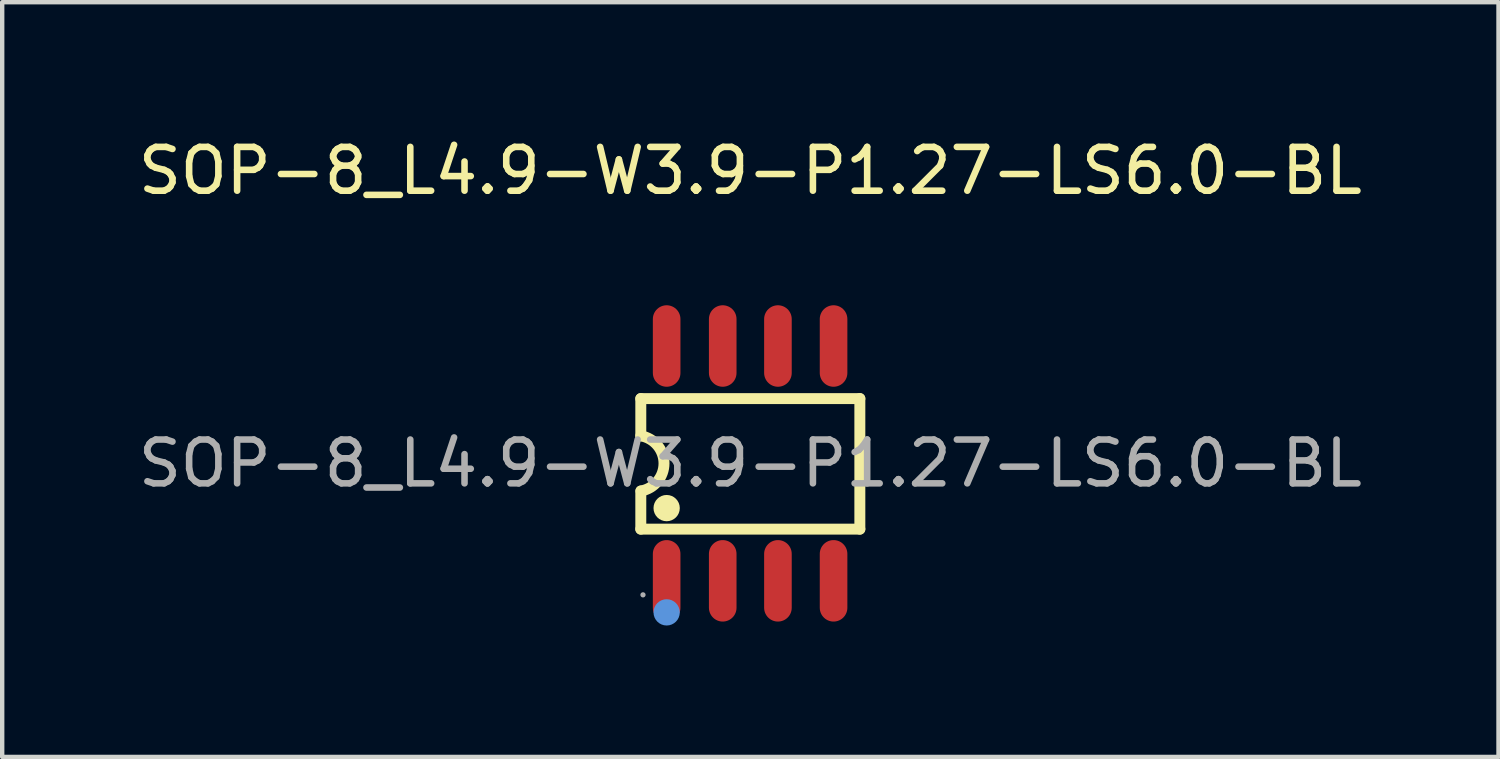
<source format=kicad_pcb>
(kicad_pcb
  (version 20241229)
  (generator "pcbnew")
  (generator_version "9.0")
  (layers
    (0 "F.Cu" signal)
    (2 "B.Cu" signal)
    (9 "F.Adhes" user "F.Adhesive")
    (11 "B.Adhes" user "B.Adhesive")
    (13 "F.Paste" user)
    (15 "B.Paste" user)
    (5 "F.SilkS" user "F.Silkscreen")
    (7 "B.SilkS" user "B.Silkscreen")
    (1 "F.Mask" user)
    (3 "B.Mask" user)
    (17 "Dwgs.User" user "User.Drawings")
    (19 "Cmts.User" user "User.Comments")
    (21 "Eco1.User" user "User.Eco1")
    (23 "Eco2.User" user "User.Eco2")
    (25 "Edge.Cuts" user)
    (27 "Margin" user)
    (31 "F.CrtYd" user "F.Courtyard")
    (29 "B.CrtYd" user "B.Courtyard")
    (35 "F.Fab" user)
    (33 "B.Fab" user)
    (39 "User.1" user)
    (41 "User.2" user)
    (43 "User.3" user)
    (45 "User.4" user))
  (footprint "SOP-8_L4.9-W3.9-P1.27-LS6.0-BL"
    (layer "F.Cu")
    (at 14.077 7.528)
    (property "Reference" "SOP-8_L4.9-W3.9-P1.27-LS6.0-BL" (at 0 -6.68 0) (layer "F.SilkS") (effects (font (size 1 1) (thickness 0.15))))
    (attr smd)
    (fp_line (start -2.5 -1.48) (end 2.5 -1.48) (stroke (width 0.25) (type solid)) (layer "F.SilkS"))
    (fp_line (start -2.5 -0.63) (end -2.5 -1.48) (stroke (width 0.25) (type solid)) (layer "F.SilkS"))
    (fp_line (start -2.5 0.63) (end -2.5 1.5) (stroke (width 0.25) (type solid)) (layer "F.SilkS"))
    (fp_line (start -2.5 1.5) (end 2.5 1.5) (stroke (width 0.25) (type solid)) (layer "F.SilkS"))
    (fp_line (start 2.5 1.5) (end 2.5 -1.48) (stroke (width 0.25) (type solid)) (layer "F.SilkS"))
    (fp_arc (start -2.5 -0.63) (mid -1.970474 -0.002632) (end -2.494818 0.629073) (stroke (width 0.25) (type solid)) (layer "F.SilkS"))
    (fp_circle (center -1.91 1.02) (end -1.76 1.02) (stroke (width 0.3) (type solid)) (fill no) (layer "F.SilkS"))
    (fp_circle (center -1.91 3.4) (end -1.76 3.4) (stroke (width 0.3) (type solid)) (fill no) (layer "Cmts.User"))
    (fp_circle (center -2.45 3) (end -2.42 3) (stroke (width 0.06) (type solid)) (fill no) (layer "F.Fab"))
    (fp_text user "${REFERENCE}" (at 0 0 0) (layer "F.Fab") (effects (font (size 1 1) (thickness 0.15))))
    (pad "1" smd oval (at -1.91 2.68) (size 0.63 1.86) (layers "F.Cu" "F.Mask" "F.Paste"))
    (pad "2" smd oval (at -0.63 2.68) (size 0.63 1.86) (layers "F.Cu" "F.Mask" "F.Paste"))
    (pad "3" smd oval (at 0.63 2.68) (size 0.63 1.86) (layers "F.Cu" "F.Mask" "F.Paste"))
    (pad "4" smd oval (at 1.9 2.68) (size 0.63 1.86) (layers "F.Cu" "F.Mask" "F.Paste"))
    (pad "5" smd oval (at 1.9 -2.68) (size 0.63 1.86) (layers "F.Cu" "F.Mask" "F.Paste"))
    (pad "6" smd oval (at 0.63 -2.68) (size 0.63 1.86) (layers "F.Cu" "F.Mask" "F.Paste"))
    (pad "7" smd oval (at -0.63 -2.68) (size 0.63 1.86) (layers "F.Cu" "F.Mask" "F.Paste"))
    (pad "8" smd oval (at -1.91 -2.68) (size 0.63 1.86) (layers "F.Cu" "F.Mask" "F.Paste")))
  (gr_rect
    (start -3 -3)
    (end 31.155 14.228)
    (stroke (width 0.1) (type default))
    (fill no)
    (layer "Edge.Cuts")))
</source>
